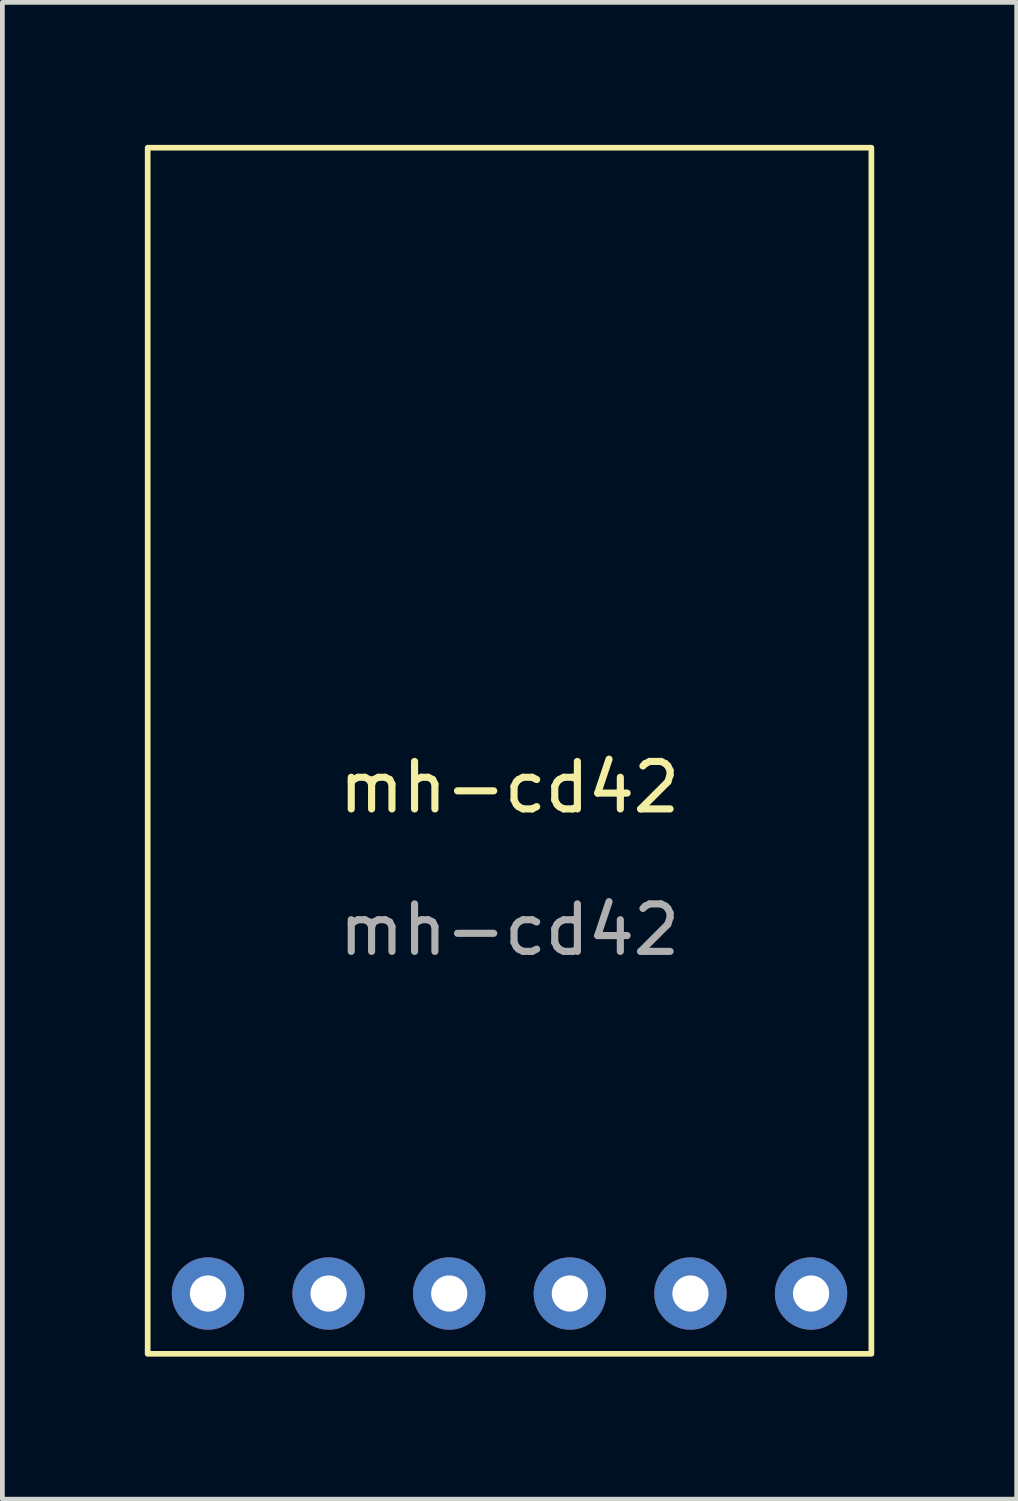
<source format=kicad_pcb>
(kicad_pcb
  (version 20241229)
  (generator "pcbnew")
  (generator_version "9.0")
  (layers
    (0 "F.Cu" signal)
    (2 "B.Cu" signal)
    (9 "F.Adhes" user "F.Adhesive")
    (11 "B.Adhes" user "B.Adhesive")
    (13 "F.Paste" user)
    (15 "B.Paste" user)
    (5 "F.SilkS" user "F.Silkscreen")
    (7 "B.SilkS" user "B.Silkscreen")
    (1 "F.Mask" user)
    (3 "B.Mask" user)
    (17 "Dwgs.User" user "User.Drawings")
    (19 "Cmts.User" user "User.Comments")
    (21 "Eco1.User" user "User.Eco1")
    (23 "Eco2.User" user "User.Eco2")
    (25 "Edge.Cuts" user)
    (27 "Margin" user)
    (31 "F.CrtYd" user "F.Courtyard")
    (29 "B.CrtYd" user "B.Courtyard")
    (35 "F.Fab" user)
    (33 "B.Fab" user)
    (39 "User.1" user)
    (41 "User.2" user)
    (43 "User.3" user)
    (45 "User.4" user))
  (footprint "mh-cd42"
    (layer "F.Cu")
    (at 7.68 12.76)
    (property "Reference" "mh-cd42" (at 0 0.77 0) (unlocked yes) (layer "F.SilkS") (effects (font (size 1 1) (thickness 0.15))))
    (attr through_hole)
    (fp_rect (start -7.62 -12.7) (end 7.62 12.7) (stroke (width 0.12) (type solid)) (fill no) (layer "F.SilkS"))
    (fp_text user "${REFERENCE}" (at 0 3.77 0) (unlocked yes) (layer "F.Fab") (effects (font (size 1 1) (thickness 0.15))))
    (pad "1" thru_hole circle (at -6.35 11.43) (size 1.524 1.524) (drill 0.762) (layers "*.Cu" "*.Mask"))
    (pad "2" thru_hole circle (at -3.81 11.43) (size 1.524 1.524) (drill 0.762) (layers "*.Cu" "*.Mask"))
    (pad "3" thru_hole circle (at -1.27 11.43) (size 1.524 1.524) (drill 0.762) (layers "*.Cu" "*.Mask"))
    (pad "4" thru_hole circle (at 1.27 11.43) (size 1.524 1.524) (drill 0.762) (layers "*.Cu" "*.Mask"))
    (pad "5" thru_hole circle (at 3.81 11.43) (size 1.524 1.524) (drill 0.762) (layers "*.Cu" "*.Mask"))
    (pad "6" thru_hole circle (at 6.35 11.43) (size 1.524 1.524) (drill 0.762) (layers "*.Cu" "*.Mask")))
  (gr_rect
    (start -3 -3)
    (end 18.36 28.52)
    (stroke (width 0.1) (type default))
    (fill no)
    (layer "Edge.Cuts")))
</source>
